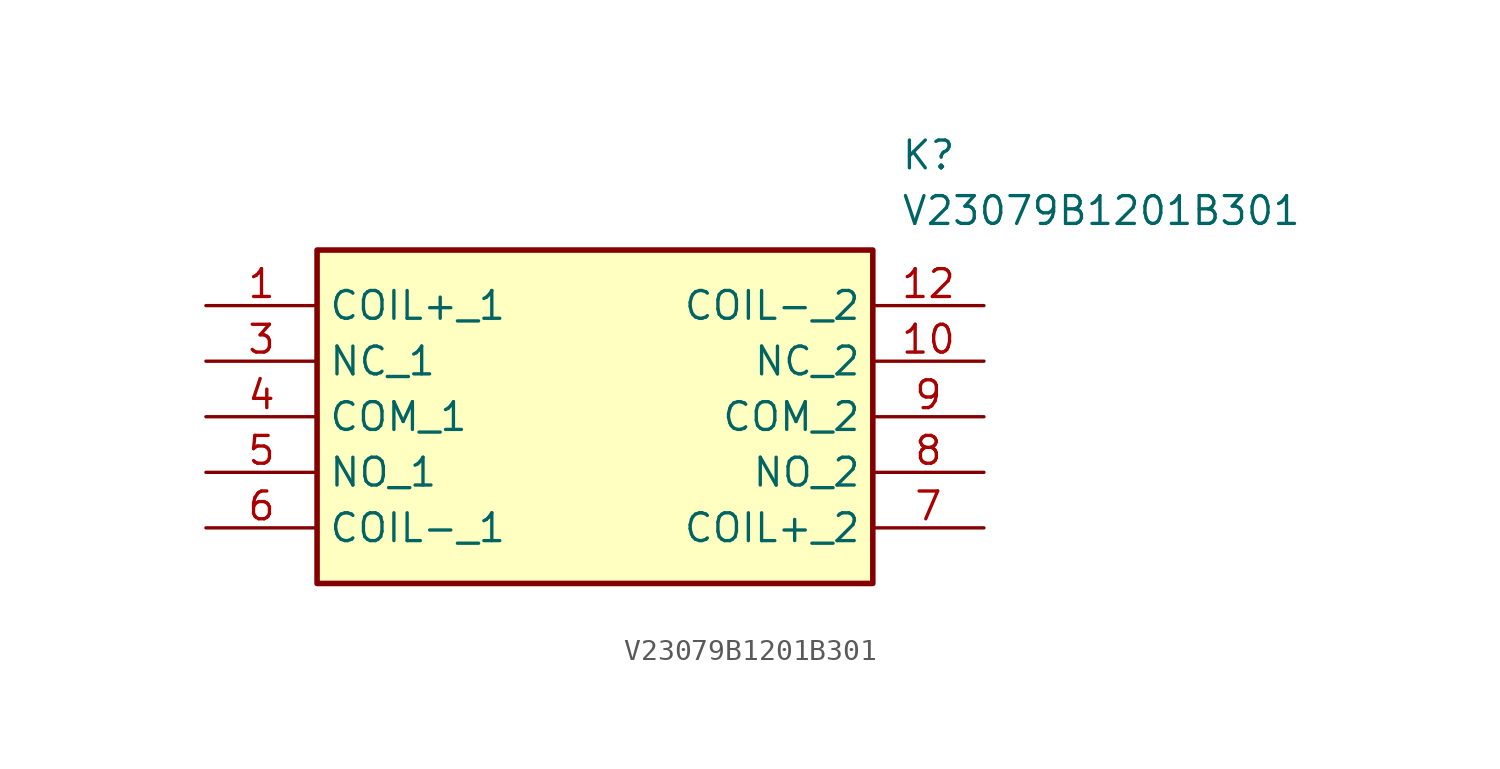
<source format=kicad_sym>
(kicad_symbol_lib
  (version 20211014)
  (generator SamacSys_ECAD_Model)
  (symbol "V23079B1201B301"
    (property "Reference" "K"
      (at 31.75 7.62 0)
      (effects (font (size 1.27 1.27)) (justify left top)))
    (property "Value" "V23079B1201B301"
      (at 31.75 5.08 0)
      (effects (font (size 1.27 1.27)) (justify left top)))
    (rectangle
      (start 5.08 2.54)
      (end 30.48 -12.7)
      (stroke (width 0.254) (type default))
      (fill (type background)))
    (pin passive line
      (at 0 0 0)
      (length 5.08)
      (name "COIL+_1" (effects (font (size 1.27 1.27))))
      (number "1" (effects (font (size 1.27 1.27)))))
    (pin passive line
      (at 0 -2.54 0)
      (length 5.08)
      (name "NC_1" (effects (font (size 1.27 1.27))))
      (number "3" (effects (font (size 1.27 1.27)))))
    (pin passive line
      (at 0 -5.08 0)
      (length 5.08)
      (name "COM_1" (effects (font (size 1.27 1.27))))
      (number "4" (effects (font (size 1.27 1.27)))))
    (pin passive line
      (at 0 -7.62 0)
      (length 5.08)
      (name "NO_1" (effects (font (size 1.27 1.27))))
      (number "5" (effects (font (size 1.27 1.27)))))
    (pin passive line
      (at 0 -10.16 0)
      (length 5.08)
      (name "COIL-_1" (effects (font (size 1.27 1.27))))
      (number "6" (effects (font (size 1.27 1.27)))))
    (pin passive line
      (at 35.56 -10.16 180)
      (length 5.08)
      (name "COIL+_2" (effects (font (size 1.27 1.27))))
      (number "7" (effects (font (size 1.27 1.27)))))
    (pin passive line
      (at 35.56 -7.62 180)
      (length 5.08)
      (name "NO_2" (effects (font (size 1.27 1.27))))
      (number "8" (effects (font (size 1.27 1.27)))))
    (pin passive line
      (at 35.56 -5.08 180)
      (length 5.08)
      (name "COM_2" (effects (font (size 1.27 1.27))))
      (number "9" (effects (font (size 1.27 1.27)))))
    (pin passive line
      (at 35.56 -2.54 180)
      (length 5.08)
      (name "NC_2" (effects (font (size 1.27 1.27))))
      (number "10" (effects (font (size 1.27 1.27)))))
    (pin passive line
      (at 35.56 0 180)
      (length 5.08)
      (name "COIL-_2" (effects (font (size 1.27 1.27))))
      (number "12" (effects (font (size 1.27 1.27)))))))
</source>
